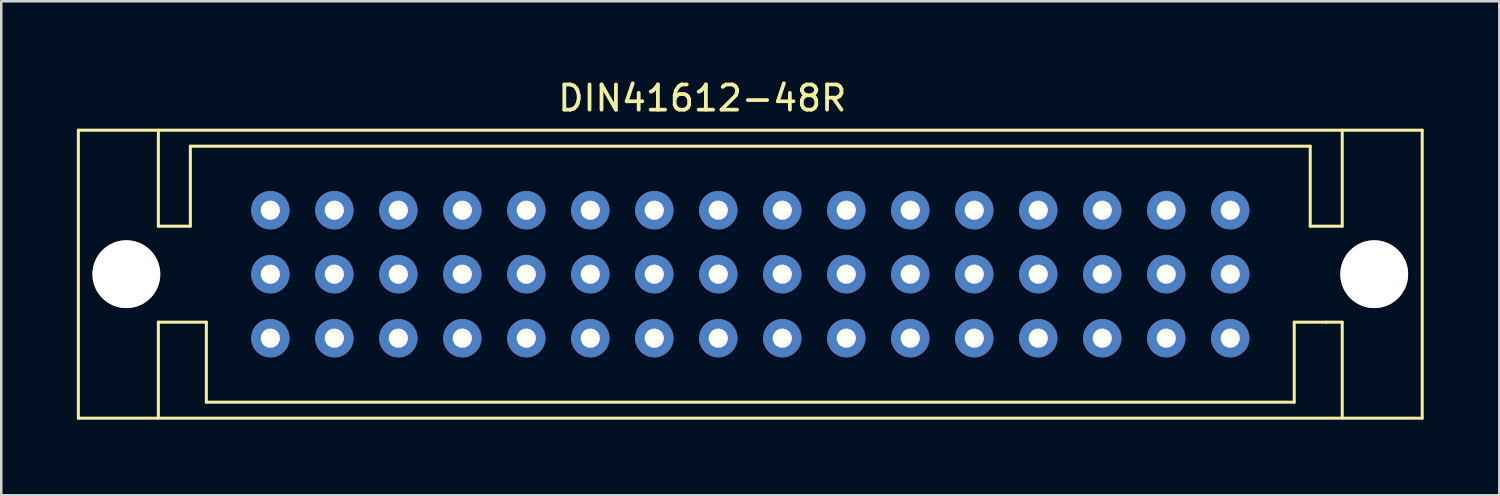
<source format=kicad_pcb>
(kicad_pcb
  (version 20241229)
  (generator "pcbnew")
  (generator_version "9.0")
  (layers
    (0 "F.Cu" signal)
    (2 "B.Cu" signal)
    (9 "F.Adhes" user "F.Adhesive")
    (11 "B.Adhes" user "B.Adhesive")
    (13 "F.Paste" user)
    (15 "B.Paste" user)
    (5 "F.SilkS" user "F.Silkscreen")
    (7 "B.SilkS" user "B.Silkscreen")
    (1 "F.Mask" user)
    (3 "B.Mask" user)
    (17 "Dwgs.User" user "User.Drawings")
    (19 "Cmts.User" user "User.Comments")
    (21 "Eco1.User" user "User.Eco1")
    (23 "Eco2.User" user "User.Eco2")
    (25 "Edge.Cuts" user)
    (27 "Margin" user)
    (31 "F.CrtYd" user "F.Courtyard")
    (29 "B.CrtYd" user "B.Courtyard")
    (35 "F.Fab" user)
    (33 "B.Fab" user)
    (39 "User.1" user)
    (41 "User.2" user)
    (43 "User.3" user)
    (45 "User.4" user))
  (footprint "DIN41612-48R"
    (layer "F.Cu")
    (at 45.78 10.373)
    (property "Reference" "DIN41612-48R" (at -20.955 -9.525 0) (layer "F.SilkS") (effects (font (size 1 1) (thickness 0.15))))
    (attr through_hole)
    (fp_line (start -45.72 -8.255) (end 7.62 -8.255) (stroke (width 0.12) (type solid)) (layer "F.SilkS"))
    (fp_line (start -45.72 3.175) (end -45.72 -8.255) (stroke (width 0.12) (type solid)) (layer "F.SilkS"))
    (fp_line (start -45.72 3.175) (end 7.62 3.175) (stroke (width 0.12) (type solid)) (layer "F.SilkS"))
    (fp_line (start -42.545 -4.445) (end -42.545 -8.255) (stroke (width 0.12) (type solid)) (layer "F.SilkS"))
    (fp_line (start -42.545 -0.635) (end -42.545 3.175) (stroke (width 0.12) (type solid)) (layer "F.SilkS"))
    (fp_line (start -41.275 -7.62) (end -41.275 -4.445) (stroke (width 0.12) (type solid)) (layer "F.SilkS"))
    (fp_line (start -41.275 -4.445) (end -42.545 -4.445) (stroke (width 0.12) (type solid)) (layer "F.SilkS"))
    (fp_line (start -40.64 -0.635) (end -42.545 -0.635) (stroke (width 0.12) (type solid)) (layer "F.SilkS"))
    (fp_line (start -40.64 2.54) (end -40.64 -0.635) (stroke (width 0.12) (type solid)) (layer "F.SilkS"))
    (fp_line (start 2.54 -0.635) (end 2.54 2.54) (stroke (width 0.12) (type solid)) (layer "F.SilkS"))
    (fp_line (start 2.54 -0.635) (end 3.81 -0.635) (stroke (width 0.12) (type solid)) (layer "F.SilkS"))
    (fp_line (start 2.54 2.54) (end -40.64 2.54) (stroke (width 0.12) (type solid)) (layer "F.SilkS"))
    (fp_line (start 3.175 -7.62) (end -41.275 -7.62) (stroke (width 0.12) (type solid)) (layer "F.SilkS"))
    (fp_line (start 3.175 -4.445) (end 3.175 -7.62) (stroke (width 0.12) (type solid)) (layer "F.SilkS"))
    (fp_line (start 3.81 -0.635) (end 4.445 -0.635) (stroke (width 0.12) (type solid)) (layer "F.SilkS"))
    (fp_line (start 4.445 -8.255) (end 4.445 -4.445) (stroke (width 0.12) (type solid)) (layer "F.SilkS"))
    (fp_line (start 4.445 -4.445) (end 3.175 -4.445) (stroke (width 0.12) (type solid)) (layer "F.SilkS"))
    (fp_line (start 4.445 -0.635) (end 4.445 3.175) (stroke (width 0.12) (type solid)) (layer "F.SilkS"))
    (fp_line (start 7.62 -8.255) (end 7.62 3.175) (stroke (width 0.12) (type solid)) (layer "F.SilkS"))
    (pad "1" thru_hole circle (at 0 0) (size 1.524 1.524) (drill 0.762) (layers "*.Cu" "*.Mask"))
    (pad "2" thru_hole circle (at -2.54 0) (size 1.524 1.524) (drill 0.762) (layers "*.Cu" "*.Mask"))
    (pad "3" thru_hole circle (at -5.08 0) (size 1.524 1.524) (drill 0.762) (layers "*.Cu" "*.Mask"))
    (pad "4" thru_hole circle (at -7.62 0) (size 1.524 1.524) (drill 0.762) (layers "*.Cu" "*.Mask"))
    (pad "5" thru_hole circle (at -10.16 0) (size 1.524 1.524) (drill 0.762) (layers "*.Cu" "*.Mask"))
    (pad "6" thru_hole circle (at -12.7 0) (size 1.524 1.524) (drill 0.762) (layers "*.Cu" "*.Mask"))
    (pad "7" thru_hole circle (at -15.24 0) (size 1.524 1.524) (drill 0.762) (layers "*.Cu" "*.Mask"))
    (pad "8" thru_hole circle (at -17.78 0) (size 1.524 1.524) (drill 0.762) (layers "*.Cu" "*.Mask"))
    (pad "9" thru_hole circle (at -20.32 0) (size 1.524 1.524) (drill 0.762) (layers "*.Cu" "*.Mask"))
    (pad "10" thru_hole circle (at -22.86 0) (size 1.524 1.524) (drill 0.762) (layers "*.Cu" "*.Mask"))
    (pad "11" thru_hole circle (at -25.4 0) (size 1.524 1.524) (drill 0.762) (layers "*.Cu" "*.Mask"))
    (pad "12" thru_hole circle (at -27.94 0) (size 1.524 1.524) (drill 0.762) (layers "*.Cu" "*.Mask"))
    (pad "13" thru_hole circle (at -30.48 0) (size 1.524 1.524) (drill 0.762) (layers "*.Cu" "*.Mask"))
    (pad "14" thru_hole circle (at -33.02 0) (size 1.524 1.524) (drill 0.762) (layers "*.Cu" "*.Mask"))
    (pad "15" thru_hole circle (at -35.56 0) (size 1.524 1.524) (drill 0.762) (layers "*.Cu" "*.Mask"))
    (pad "16" thru_hole circle (at -38.1 0) (size 1.524 1.524) (drill 0.762) (layers "*.Cu" "*.Mask"))
    (pad "17" thru_hole circle (at 0 -2.54) (size 1.524 1.524) (drill 0.762) (layers "*.Cu" "*.Mask"))
    (pad "18" thru_hole circle (at -2.54 -2.54) (size 1.524 1.524) (drill 0.762) (layers "*.Cu" "*.Mask"))
    (pad "19" thru_hole circle (at -5.08 -2.54) (size 1.524 1.524) (drill 0.762) (layers "*.Cu" "*.Mask"))
    (pad "20" thru_hole circle (at -7.62 -2.54) (size 1.524 1.524) (drill 0.762) (layers "*.Cu" "*.Mask"))
    (pad "21" thru_hole circle (at -10.16 -2.54) (size 1.524 1.524) (drill 0.762) (layers "*.Cu" "*.Mask"))
    (pad "22" thru_hole circle (at -12.7 -2.54) (size 1.524 1.524) (drill 0.762) (layers "*.Cu" "*.Mask"))
    (pad "23" thru_hole circle (at -15.24 -2.54) (size 1.524 1.524) (drill 0.762) (layers "*.Cu" "*.Mask"))
    (pad "24" thru_hole circle (at -17.78 -2.54) (size 1.524 1.524) (drill 0.762) (layers "*.Cu" "*.Mask"))
    (pad "25" thru_hole circle (at -20.32 -2.54) (size 1.524 1.524) (drill 0.762) (layers "*.Cu" "*.Mask"))
    (pad "26" thru_hole circle (at -22.86 -2.54) (size 1.524 1.524) (drill 0.762) (layers "*.Cu" "*.Mask"))
    (pad "27" thru_hole circle (at -25.4 -2.54) (size 1.524 1.524) (drill 0.762) (layers "*.Cu" "*.Mask"))
    (pad "28" thru_hole circle (at -27.94 -2.54) (size 1.524 1.524) (drill 0.762) (layers "*.Cu" "*.Mask"))
    (pad "29" thru_hole circle (at -30.48 -2.54) (size 1.524 1.524) (drill 0.762) (layers "*.Cu" "*.Mask"))
    (pad "30" thru_hole circle (at -33.02 -2.54) (size 1.524 1.524) (drill 0.762) (layers "*.Cu" "*.Mask"))
    (pad "31" thru_hole circle (at -35.56 -2.54) (size 1.524 1.524) (drill 0.762) (layers "*.Cu" "*.Mask"))
    (pad "32" thru_hole circle (at -38.1 -2.54) (size 1.524 1.524) (drill 0.762) (layers "*.Cu" "*.Mask"))
    (pad "33" thru_hole circle (at 0 -5.08) (size 1.524 1.524) (drill 0.762) (layers "*.Cu" "*.Mask"))
    (pad "34" thru_hole circle (at -2.54 -5.08) (size 1.524 1.524) (drill 0.762) (layers "*.Cu" "*.Mask"))
    (pad "35" thru_hole circle (at -5.08 -5.08) (size 1.524 1.524) (drill 0.762) (layers "*.Cu" "*.Mask"))
    (pad "36" thru_hole circle (at -7.62 -5.08) (size 1.524 1.524) (drill 0.762) (layers "*.Cu" "*.Mask"))
    (pad "37" thru_hole circle (at -10.16 -5.08) (size 1.524 1.524) (drill 0.762) (layers "*.Cu" "*.Mask"))
    (pad "38" thru_hole circle (at -12.7 -5.08) (size 1.524 1.524) (drill 0.762) (layers "*.Cu" "*.Mask"))
    (pad "39" thru_hole circle (at -15.24 -5.08) (size 1.524 1.524) (drill 0.762) (layers "*.Cu" "*.Mask"))
    (pad "40" thru_hole circle (at -17.78 -5.08) (size 1.524 1.524) (drill 0.762) (layers "*.Cu" "*.Mask"))
    (pad "41" thru_hole circle (at -20.32 -5.08) (size 1.524 1.524) (drill 0.762) (layers "*.Cu" "*.Mask"))
    (pad "42" thru_hole circle (at -22.86 -5.08) (size 1.524 1.524) (drill 0.762) (layers "*.Cu" "*.Mask"))
    (pad "43" thru_hole circle (at -25.4 -5.08) (size 1.524 1.524) (drill 0.762) (layers "*.Cu" "*.Mask"))
    (pad "44" thru_hole circle (at -27.94 -5.08) (size 1.524 1.524) (drill 0.762) (layers "*.Cu" "*.Mask"))
    (pad "45" thru_hole circle (at -30.48 -5.08) (size 1.524 1.524) (drill 0.762) (layers "*.Cu" "*.Mask"))
    (pad "46" thru_hole circle (at -33.02 -5.08) (size 1.524 1.524) (drill 0.762) (layers "*.Cu" "*.Mask"))
    (pad "47" thru_hole circle (at -35.56 -5.08) (size 1.524 1.524) (drill 0.762) (layers "*.Cu" "*.Mask"))
    (pad "48" thru_hole circle (at -38.1 -5.08) (size 1.524 1.524) (drill 0.762) (layers "*.Cu" "*.Mask"))
    (pad "49" thru_hole circle (at -43.815 -2.54) (size 2.692 2.692) (drill 2.692) (layers "*.Cu" "*.Mask"))
    (pad "50" thru_hole circle (at 5.715 -2.54) (size 2.692 2.692) (drill 2.692) (layers "*.Cu" "*.Mask")))
  (gr_rect
    (start -3 -3)
    (end 56.46 16.608)
    (stroke (width 0.1) (type default))
    (fill no)
    (layer "Edge.Cuts")))
</source>
